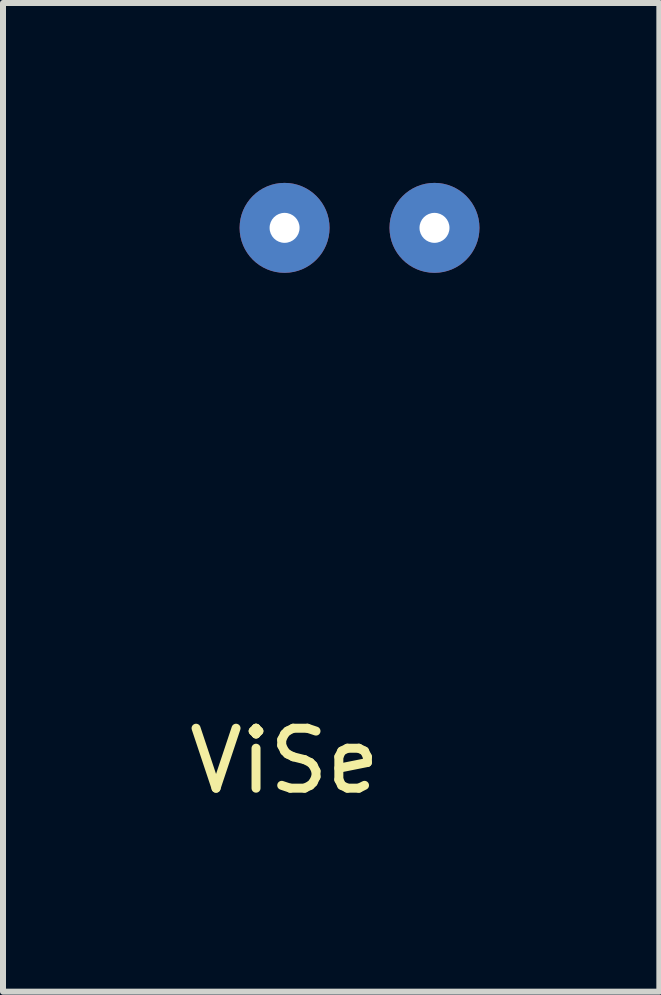
<source format=kicad_pcb>
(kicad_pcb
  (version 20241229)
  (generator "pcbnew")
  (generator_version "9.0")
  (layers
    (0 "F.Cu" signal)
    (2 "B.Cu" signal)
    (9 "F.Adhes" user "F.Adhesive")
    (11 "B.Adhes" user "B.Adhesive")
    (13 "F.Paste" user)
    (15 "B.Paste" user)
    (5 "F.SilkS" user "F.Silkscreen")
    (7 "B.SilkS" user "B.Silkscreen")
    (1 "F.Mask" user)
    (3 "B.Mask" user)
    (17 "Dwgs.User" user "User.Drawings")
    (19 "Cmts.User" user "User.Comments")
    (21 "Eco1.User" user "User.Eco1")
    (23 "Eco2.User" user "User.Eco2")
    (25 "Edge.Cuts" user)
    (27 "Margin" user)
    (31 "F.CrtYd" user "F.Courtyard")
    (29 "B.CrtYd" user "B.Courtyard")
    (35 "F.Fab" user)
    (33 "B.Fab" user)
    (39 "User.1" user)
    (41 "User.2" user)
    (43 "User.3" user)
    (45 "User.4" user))
  (footprint "ViSe"
    (layer "F.Cu")
    (at 1.696 0.75)
    (property "Reference" "ViSe" (at 0 8.89 0) (layer "F.SilkS") (effects (font (size 1 1) (thickness 0.15))))
    (attr through_hole)
    (pad "1" thru_hole circle (at 0 0) (size 1.5 1.5) (drill 0.5) (layers "*.Cu" "*.Mask"))
    (pad "2" thru_hole circle (at 2.5 0) (size 1.5 1.5) (drill 0.5) (layers "*.Cu" "*.Mask")))
  (gr_rect
    (start -3 -3)
    (end 7.946 13.488)
    (stroke (width 0.1) (type default))
    (fill no)
    (layer "Edge.Cuts")))
</source>
